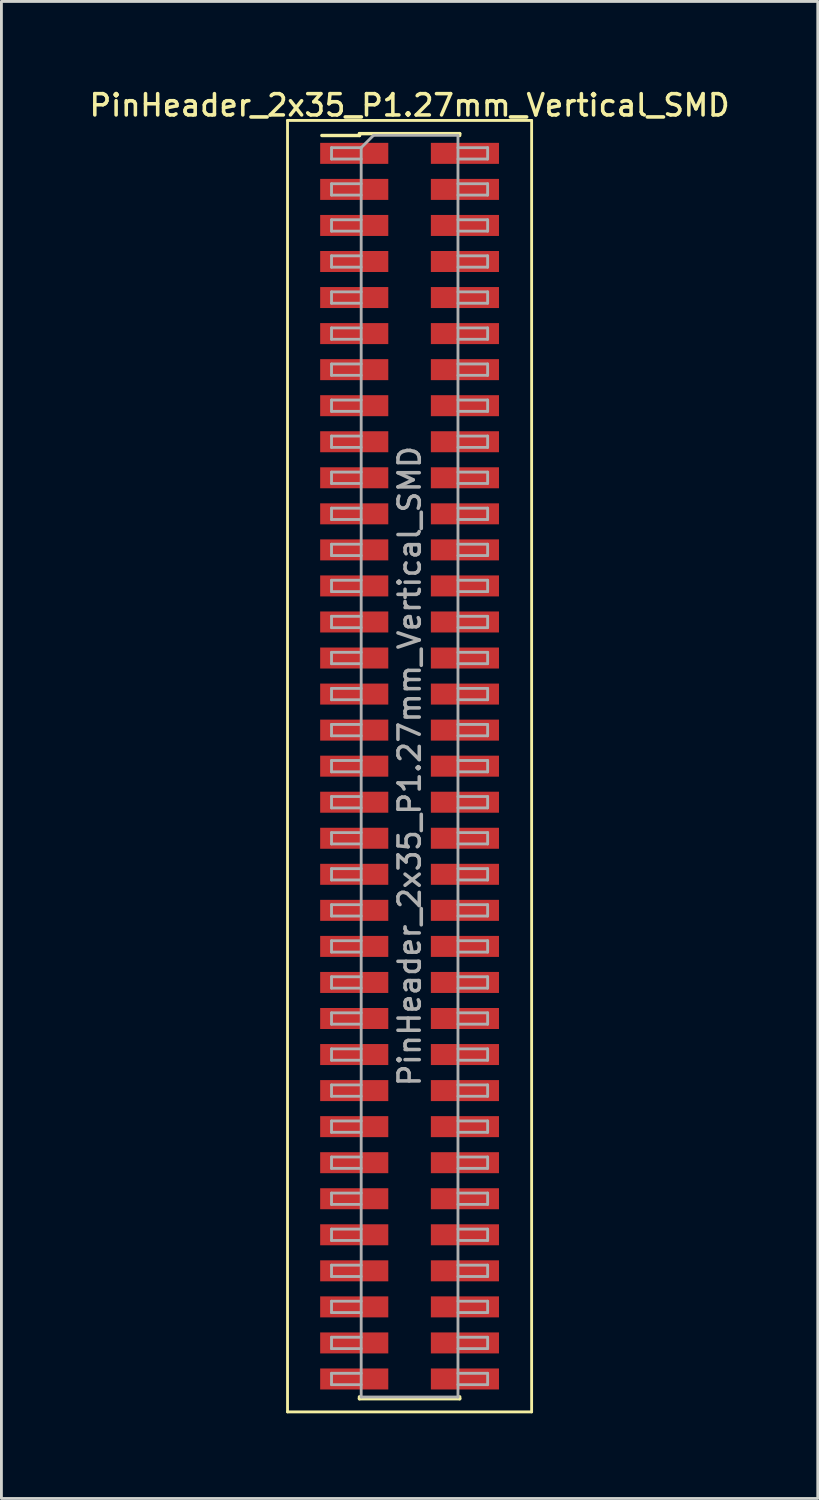
<source format=kicad_pcb>
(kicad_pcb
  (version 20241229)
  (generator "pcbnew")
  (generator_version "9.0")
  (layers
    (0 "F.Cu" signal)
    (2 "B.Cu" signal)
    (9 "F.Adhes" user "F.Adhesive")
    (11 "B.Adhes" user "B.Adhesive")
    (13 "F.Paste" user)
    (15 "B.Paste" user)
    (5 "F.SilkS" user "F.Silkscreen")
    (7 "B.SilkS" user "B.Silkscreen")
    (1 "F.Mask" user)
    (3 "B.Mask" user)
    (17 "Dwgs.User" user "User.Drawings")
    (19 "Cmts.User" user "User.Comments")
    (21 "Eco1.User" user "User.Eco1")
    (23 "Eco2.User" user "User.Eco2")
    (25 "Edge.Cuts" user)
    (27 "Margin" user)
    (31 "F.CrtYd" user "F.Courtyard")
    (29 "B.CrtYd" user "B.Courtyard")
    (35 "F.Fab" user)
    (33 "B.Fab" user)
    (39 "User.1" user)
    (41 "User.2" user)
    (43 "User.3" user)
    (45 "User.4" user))
  (footprint "PinHeader_2x35_P1.27mm_Vertical_SMD"
    (layer "F.Cu")
    (at 11.38 23.943)
    (property "Reference" "PinHeader_2x35_P1.27mm_Vertical_SMD" (at 0 -23.285 0) (layer "F.SilkS") (effects (font (size 0.75 0.75) (thickness 0.125))))
    (attr smd)
    (fp_line (start -4.3 -22.75) (end -4.3 22.75) (stroke (width 0.1) (type solid)) (layer "F.SilkS"))
    (fp_line (start -4.3 22.75) (end 4.3 22.75) (stroke (width 0.1) (type solid)) (layer "F.SilkS"))
    (fp_line (start -3.09 -22.22) (end -1.765 -22.22) (stroke (width 0.12) (type solid)) (layer "F.SilkS"))
    (fp_line (start -1.765 -22.285) (end -1.765 -22.22) (stroke (width 0.12) (type solid)) (layer "F.SilkS"))
    (fp_line (start -1.765 -22.285) (end 1.765 -22.285) (stroke (width 0.12) (type solid)) (layer "F.SilkS"))
    (fp_line (start -1.765 22.22) (end -1.765 22.285) (stroke (width 0.12) (type solid)) (layer "F.SilkS"))
    (fp_line (start -1.765 22.285) (end 1.765 22.285) (stroke (width 0.12) (type solid)) (layer "F.SilkS"))
    (fp_line (start 1.765 -22.285) (end 1.765 -22.22) (stroke (width 0.12) (type solid)) (layer "F.SilkS"))
    (fp_line (start 1.765 22.22) (end 1.765 22.285) (stroke (width 0.12) (type solid)) (layer "F.SilkS"))
    (fp_line (start 4.3 -22.75) (end -4.3 -22.75) (stroke (width 0.1) (type solid)) (layer "F.SilkS"))
    (fp_line (start 4.3 22.75) (end 4.3 -22.75) (stroke (width 0.1) (type solid)) (layer "F.SilkS"))
    (fp_line (start -2.75 -21.79) (end -2.75 -21.39) (stroke (width 0.1) (type solid)) (layer "F.Fab"))
    (fp_line (start -2.75 -21.39) (end -1.705 -21.39) (stroke (width 0.1) (type solid)) (layer "F.Fab"))
    (fp_line (start -2.75 -20.52) (end -2.75 -20.12) (stroke (width 0.1) (type solid)) (layer "F.Fab"))
    (fp_line (start -2.75 -20.12) (end -1.705 -20.12) (stroke (width 0.1) (type solid)) (layer "F.Fab"))
    (fp_line (start -2.75 -19.25) (end -2.75 -18.85) (stroke (width 0.1) (type solid)) (layer "F.Fab"))
    (fp_line (start -2.75 -18.85) (end -1.705 -18.85) (stroke (width 0.1) (type solid)) (layer "F.Fab"))
    (fp_line (start -2.75 -17.98) (end -2.75 -17.58) (stroke (width 0.1) (type solid)) (layer "F.Fab"))
    (fp_line (start -2.75 -17.58) (end -1.705 -17.58) (stroke (width 0.1) (type solid)) (layer "F.Fab"))
    (fp_line (start -2.75 -16.71) (end -2.75 -16.31) (stroke (width 0.1) (type solid)) (layer "F.Fab"))
    (fp_line (start -2.75 -16.31) (end -1.705 -16.31) (stroke (width 0.1) (type solid)) (layer "F.Fab"))
    (fp_line (start -2.75 -15.44) (end -2.75 -15.04) (stroke (width 0.1) (type solid)) (layer "F.Fab"))
    (fp_line (start -2.75 -15.04) (end -1.705 -15.04) (stroke (width 0.1) (type solid)) (layer "F.Fab"))
    (fp_line (start -2.75 -14.17) (end -2.75 -13.77) (stroke (width 0.1) (type solid)) (layer "F.Fab"))
    (fp_line (start -2.75 -13.77) (end -1.705 -13.77) (stroke (width 0.1) (type solid)) (layer "F.Fab"))
    (fp_line (start -2.75 -12.9) (end -2.75 -12.5) (stroke (width 0.1) (type solid)) (layer "F.Fab"))
    (fp_line (start -2.75 -12.5) (end -1.705 -12.5) (stroke (width 0.1) (type solid)) (layer "F.Fab"))
    (fp_line (start -2.75 -11.63) (end -2.75 -11.23) (stroke (width 0.1) (type solid)) (layer "F.Fab"))
    (fp_line (start -2.75 -11.23) (end -1.705 -11.23) (stroke (width 0.1) (type solid)) (layer "F.Fab"))
    (fp_line (start -2.75 -10.36) (end -2.75 -9.96) (stroke (width 0.1) (type solid)) (layer "F.Fab"))
    (fp_line (start -2.75 -9.96) (end -1.705 -9.96) (stroke (width 0.1) (type solid)) (layer "F.Fab"))
    (fp_line (start -2.75 -9.09) (end -2.75 -8.69) (stroke (width 0.1) (type solid)) (layer "F.Fab"))
    (fp_line (start -2.75 -8.69) (end -1.705 -8.69) (stroke (width 0.1) (type solid)) (layer "F.Fab"))
    (fp_line (start -2.75 -7.82) (end -2.75 -7.42) (stroke (width 0.1) (type solid)) (layer "F.Fab"))
    (fp_line (start -2.75 -7.42) (end -1.705 -7.42) (stroke (width 0.1) (type solid)) (layer "F.Fab"))
    (fp_line (start -2.75 -6.55) (end -2.75 -6.15) (stroke (width 0.1) (type solid)) (layer "F.Fab"))
    (fp_line (start -2.75 -6.15) (end -1.705 -6.15) (stroke (width 0.1) (type solid)) (layer "F.Fab"))
    (fp_line (start -2.75 -5.28) (end -2.75 -4.88) (stroke (width 0.1) (type solid)) (layer "F.Fab"))
    (fp_line (start -2.75 -4.88) (end -1.705 -4.88) (stroke (width 0.1) (type solid)) (layer "F.Fab"))
    (fp_line (start -2.75 -4.01) (end -2.75 -3.61) (stroke (width 0.1) (type solid)) (layer "F.Fab"))
    (fp_line (start -2.75 -3.61) (end -1.705 -3.61) (stroke (width 0.1) (type solid)) (layer "F.Fab"))
    (fp_line (start -2.75 -2.74) (end -2.75 -2.34) (stroke (width 0.1) (type solid)) (layer "F.Fab"))
    (fp_line (start -2.75 -2.34) (end -1.705 -2.34) (stroke (width 0.1) (type solid)) (layer "F.Fab"))
    (fp_line (start -2.75 -1.47) (end -2.75 -1.07) (stroke (width 0.1) (type solid)) (layer "F.Fab"))
    (fp_line (start -2.75 -1.07) (end -1.705 -1.07) (stroke (width 0.1) (type solid)) (layer "F.Fab"))
    (fp_line (start -2.75 -0.2) (end -2.75 0.2) (stroke (width 0.1) (type solid)) (layer "F.Fab"))
    (fp_line (start -2.75 0.2) (end -1.705 0.2) (stroke (width 0.1) (type solid)) (layer "F.Fab"))
    (fp_line (start -2.75 1.07) (end -2.75 1.47) (stroke (width 0.1) (type solid)) (layer "F.Fab"))
    (fp_line (start -2.75 1.47) (end -1.705 1.47) (stroke (width 0.1) (type solid)) (layer "F.Fab"))
    (fp_line (start -2.75 2.34) (end -2.75 2.74) (stroke (width 0.1) (type solid)) (layer "F.Fab"))
    (fp_line (start -2.75 2.74) (end -1.705 2.74) (stroke (width 0.1) (type solid)) (layer "F.Fab"))
    (fp_line (start -2.75 3.61) (end -2.75 4.01) (stroke (width 0.1) (type solid)) (layer "F.Fab"))
    (fp_line (start -2.75 4.01) (end -1.705 4.01) (stroke (width 0.1) (type solid)) (layer "F.Fab"))
    (fp_line (start -2.75 4.88) (end -2.75 5.28) (stroke (width 0.1) (type solid)) (layer "F.Fab"))
    (fp_line (start -2.75 5.28) (end -1.705 5.28) (stroke (width 0.1) (type solid)) (layer "F.Fab"))
    (fp_line (start -2.75 6.15) (end -2.75 6.55) (stroke (width 0.1) (type solid)) (layer "F.Fab"))
    (fp_line (start -2.75 6.55) (end -1.705 6.55) (stroke (width 0.1) (type solid)) (layer "F.Fab"))
    (fp_line (start -2.75 7.42) (end -2.75 7.82) (stroke (width 0.1) (type solid)) (layer "F.Fab"))
    (fp_line (start -2.75 7.82) (end -1.705 7.82) (stroke (width 0.1) (type solid)) (layer "F.Fab"))
    (fp_line (start -2.75 8.69) (end -2.75 9.09) (stroke (width 0.1) (type solid)) (layer "F.Fab"))
    (fp_line (start -2.75 9.09) (end -1.705 9.09) (stroke (width 0.1) (type solid)) (layer "F.Fab"))
    (fp_line (start -2.75 9.96) (end -2.75 10.36) (stroke (width 0.1) (type solid)) (layer "F.Fab"))
    (fp_line (start -2.75 10.36) (end -1.705 10.36) (stroke (width 0.1) (type solid)) (layer "F.Fab"))
    (fp_line (start -2.75 11.23) (end -2.75 11.63) (stroke (width 0.1) (type solid)) (layer "F.Fab"))
    (fp_line (start -2.75 11.63) (end -1.705 11.63) (stroke (width 0.1) (type solid)) (layer "F.Fab"))
    (fp_line (start -2.75 12.5) (end -2.75 12.9) (stroke (width 0.1) (type solid)) (layer "F.Fab"))
    (fp_line (start -2.75 12.9) (end -1.705 12.9) (stroke (width 0.1) (type solid)) (layer "F.Fab"))
    (fp_line (start -2.75 13.77) (end -2.75 14.17) (stroke (width 0.1) (type solid)) (layer "F.Fab"))
    (fp_line (start -2.75 14.17) (end -1.705 14.17) (stroke (width 0.1) (type solid)) (layer "F.Fab"))
    (fp_line (start -2.75 15.04) (end -2.75 15.44) (stroke (width 0.1) (type solid)) (layer "F.Fab"))
    (fp_line (start -2.75 15.44) (end -1.705 15.44) (stroke (width 0.1) (type solid)) (layer "F.Fab"))
    (fp_line (start -2.75 16.31) (end -2.75 16.71) (stroke (width 0.1) (type solid)) (layer "F.Fab"))
    (fp_line (start -2.75 16.71) (end -1.705 16.71) (stroke (width 0.1) (type solid)) (layer "F.Fab"))
    (fp_line (start -2.75 17.58) (end -2.75 17.98) (stroke (width 0.1) (type solid)) (layer "F.Fab"))
    (fp_line (start -2.75 17.98) (end -1.705 17.98) (stroke (width 0.1) (type solid)) (layer "F.Fab"))
    (fp_line (start -2.75 18.85) (end -2.75 19.25) (stroke (width 0.1) (type solid)) (layer "F.Fab"))
    (fp_line (start -2.75 19.25) (end -1.705 19.25) (stroke (width 0.1) (type solid)) (layer "F.Fab"))
    (fp_line (start -2.75 20.12) (end -2.75 20.52) (stroke (width 0.1) (type solid)) (layer "F.Fab"))
    (fp_line (start -2.75 20.52) (end -1.705 20.52) (stroke (width 0.1) (type solid)) (layer "F.Fab"))
    (fp_line (start -2.75 21.39) (end -2.75 21.79) (stroke (width 0.1) (type solid)) (layer "F.Fab"))
    (fp_line (start -2.75 21.79) (end -1.705 21.79) (stroke (width 0.1) (type solid)) (layer "F.Fab"))
    (fp_line (start -1.705 -21.79) (end -2.75 -21.79) (stroke (width 0.1) (type solid)) (layer "F.Fab"))
    (fp_line (start -1.705 -21.79) (end -1.27 -22.225) (stroke (width 0.1) (type solid)) (layer "F.Fab"))
    (fp_line (start -1.705 -20.52) (end -2.75 -20.52) (stroke (width 0.1) (type solid)) (layer "F.Fab"))
    (fp_line (start -1.705 -19.25) (end -2.75 -19.25) (stroke (width 0.1) (type solid)) (layer "F.Fab"))
    (fp_line (start -1.705 -17.98) (end -2.75 -17.98) (stroke (width 0.1) (type solid)) (layer "F.Fab"))
    (fp_line (start -1.705 -16.71) (end -2.75 -16.71) (stroke (width 0.1) (type solid)) (layer "F.Fab"))
    (fp_line (start -1.705 -15.44) (end -2.75 -15.44) (stroke (width 0.1) (type solid)) (layer "F.Fab"))
    (fp_line (start -1.705 -14.17) (end -2.75 -14.17) (stroke (width 0.1) (type solid)) (layer "F.Fab"))
    (fp_line (start -1.705 -12.9) (end -2.75 -12.9) (stroke (width 0.1) (type solid)) (layer "F.Fab"))
    (fp_line (start -1.705 -11.63) (end -2.75 -11.63) (stroke (width 0.1) (type solid)) (layer "F.Fab"))
    (fp_line (start -1.705 -10.36) (end -2.75 -10.36) (stroke (width 0.1) (type solid)) (layer "F.Fab"))
    (fp_line (start -1.705 -9.09) (end -2.75 -9.09) (stroke (width 0.1) (type solid)) (layer "F.Fab"))
    (fp_line (start -1.705 -7.82) (end -2.75 -7.82) (stroke (width 0.1) (type solid)) (layer "F.Fab"))
    (fp_line (start -1.705 -6.55) (end -2.75 -6.55) (stroke (width 0.1) (type solid)) (layer "F.Fab"))
    (fp_line (start -1.705 -5.28) (end -2.75 -5.28) (stroke (width 0.1) (type solid)) (layer "F.Fab"))
    (fp_line (start -1.705 -4.01) (end -2.75 -4.01) (stroke (width 0.1) (type solid)) (layer "F.Fab"))
    (fp_line (start -1.705 -2.74) (end -2.75 -2.74) (stroke (width 0.1) (type solid)) (layer "F.Fab"))
    (fp_line (start -1.705 -1.47) (end -2.75 -1.47) (stroke (width 0.1) (type solid)) (layer "F.Fab"))
    (fp_line (start -1.705 -0.2) (end -2.75 -0.2) (stroke (width 0.1) (type solid)) (layer "F.Fab"))
    (fp_line (start -1.705 1.07) (end -2.75 1.07) (stroke (width 0.1) (type solid)) (layer "F.Fab"))
    (fp_line (start -1.705 2.34) (end -2.75 2.34) (stroke (width 0.1) (type solid)) (layer "F.Fab"))
    (fp_line (start -1.705 3.61) (end -2.75 3.61) (stroke (width 0.1) (type solid)) (layer "F.Fab"))
    (fp_line (start -1.705 4.88) (end -2.75 4.88) (stroke (width 0.1) (type solid)) (layer "F.Fab"))
    (fp_line (start -1.705 6.15) (end -2.75 6.15) (stroke (width 0.1) (type solid)) (layer "F.Fab"))
    (fp_line (start -1.705 7.42) (end -2.75 7.42) (stroke (width 0.1) (type solid)) (layer "F.Fab"))
    (fp_line (start -1.705 8.69) (end -2.75 8.69) (stroke (width 0.1) (type solid)) (layer "F.Fab"))
    (fp_line (start -1.705 9.96) (end -2.75 9.96) (stroke (width 0.1) (type solid)) (layer "F.Fab"))
    (fp_line (start -1.705 11.23) (end -2.75 11.23) (stroke (width 0.1) (type solid)) (layer "F.Fab"))
    (fp_line (start -1.705 12.5) (end -2.75 12.5) (stroke (width 0.1) (type solid)) (layer "F.Fab"))
    (fp_line (start -1.705 13.77) (end -2.75 13.77) (stroke (width 0.1) (type solid)) (layer "F.Fab"))
    (fp_line (start -1.705 15.04) (end -2.75 15.04) (stroke (width 0.1) (type solid)) (layer "F.Fab"))
    (fp_line (start -1.705 16.31) (end -2.75 16.31) (stroke (width 0.1) (type solid)) (layer "F.Fab"))
    (fp_line (start -1.705 17.58) (end -2.75 17.58) (stroke (width 0.1) (type solid)) (layer "F.Fab"))
    (fp_line (start -1.705 18.85) (end -2.75 18.85) (stroke (width 0.1) (type solid)) (layer "F.Fab"))
    (fp_line (start -1.705 20.12) (end -2.75 20.12) (stroke (width 0.1) (type solid)) (layer "F.Fab"))
    (fp_line (start -1.705 21.39) (end -2.75 21.39) (stroke (width 0.1) (type solid)) (layer "F.Fab"))
    (fp_line (start -1.705 22.225) (end -1.705 -21.79) (stroke (width 0.1) (type solid)) (layer "F.Fab"))
    (fp_line (start -1.27 -22.225) (end 1.705 -22.225) (stroke (width 0.1) (type solid)) (layer "F.Fab"))
    (fp_line (start 1.705 -22.225) (end 1.705 22.225) (stroke (width 0.1) (type solid)) (layer "F.Fab"))
    (fp_line (start 1.705 -21.79) (end 2.75 -21.79) (stroke (width 0.1) (type solid)) (layer "F.Fab"))
    (fp_line (start 1.705 -20.52) (end 2.75 -20.52) (stroke (width 0.1) (type solid)) (layer "F.Fab"))
    (fp_line (start 1.705 -19.25) (end 2.75 -19.25) (stroke (width 0.1) (type solid)) (layer "F.Fab"))
    (fp_line (start 1.705 -17.98) (end 2.75 -17.98) (stroke (width 0.1) (type solid)) (layer "F.Fab"))
    (fp_line (start 1.705 -16.71) (end 2.75 -16.71) (stroke (width 0.1) (type solid)) (layer "F.Fab"))
    (fp_line (start 1.705 -15.44) (end 2.75 -15.44) (stroke (width 0.1) (type solid)) (layer "F.Fab"))
    (fp_line (start 1.705 -14.17) (end 2.75 -14.17) (stroke (width 0.1) (type solid)) (layer "F.Fab"))
    (fp_line (start 1.705 -12.9) (end 2.75 -12.9) (stroke (width 0.1) (type solid)) (layer "F.Fab"))
    (fp_line (start 1.705 -11.63) (end 2.75 -11.63) (stroke (width 0.1) (type solid)) (layer "F.Fab"))
    (fp_line (start 1.705 -10.36) (end 2.75 -10.36) (stroke (width 0.1) (type solid)) (layer "F.Fab"))
    (fp_line (start 1.705 -9.09) (end 2.75 -9.09) (stroke (width 0.1) (type solid)) (layer "F.Fab"))
    (fp_line (start 1.705 -7.82) (end 2.75 -7.82) (stroke (width 0.1) (type solid)) (layer "F.Fab"))
    (fp_line (start 1.705 -6.55) (end 2.75 -6.55) (stroke (width 0.1) (type solid)) (layer "F.Fab"))
    (fp_line (start 1.705 -5.28) (end 2.75 -5.28) (stroke (width 0.1) (type solid)) (layer "F.Fab"))
    (fp_line (start 1.705 -4.01) (end 2.75 -4.01) (stroke (width 0.1) (type solid)) (layer "F.Fab"))
    (fp_line (start 1.705 -2.74) (end 2.75 -2.74) (stroke (width 0.1) (type solid)) (layer "F.Fab"))
    (fp_line (start 1.705 -1.47) (end 2.75 -1.47) (stroke (width 0.1) (type solid)) (layer "F.Fab"))
    (fp_line (start 1.705 -0.2) (end 2.75 -0.2) (stroke (width 0.1) (type solid)) (layer "F.Fab"))
    (fp_line (start 1.705 1.07) (end 2.75 1.07) (stroke (width 0.1) (type solid)) (layer "F.Fab"))
    (fp_line (start 1.705 2.34) (end 2.75 2.34) (stroke (width 0.1) (type solid)) (layer "F.Fab"))
    (fp_line (start 1.705 3.61) (end 2.75 3.61) (stroke (width 0.1) (type solid)) (layer "F.Fab"))
    (fp_line (start 1.705 4.88) (end 2.75 4.88) (stroke (width 0.1) (type solid)) (layer "F.Fab"))
    (fp_line (start 1.705 6.15) (end 2.75 6.15) (stroke (width 0.1) (type solid)) (layer "F.Fab"))
    (fp_line (start 1.705 7.42) (end 2.75 7.42) (stroke (width 0.1) (type solid)) (layer "F.Fab"))
    (fp_line (start 1.705 8.69) (end 2.75 8.69) (stroke (width 0.1) (type solid)) (layer "F.Fab"))
    (fp_line (start 1.705 9.96) (end 2.75 9.96) (stroke (width 0.1) (type solid)) (layer "F.Fab"))
    (fp_line (start 1.705 11.23) (end 2.75 11.23) (stroke (width 0.1) (type solid)) (layer "F.Fab"))
    (fp_line (start 1.705 12.5) (end 2.75 12.5) (stroke (width 0.1) (type solid)) (layer "F.Fab"))
    (fp_line (start 1.705 13.77) (end 2.75 13.77) (stroke (width 0.1) (type solid)) (layer "F.Fab"))
    (fp_line (start 1.705 15.04) (end 2.75 15.04) (stroke (width 0.1) (type solid)) (layer "F.Fab"))
    (fp_line (start 1.705 16.31) (end 2.75 16.31) (stroke (width 0.1) (type solid)) (layer "F.Fab"))
    (fp_line (start 1.705 17.58) (end 2.75 17.58) (stroke (width 0.1) (type solid)) (layer "F.Fab"))
    (fp_line (start 1.705 18.85) (end 2.75 18.85) (stroke (width 0.1) (type solid)) (layer "F.Fab"))
    (fp_line (start 1.705 20.12) (end 2.75 20.12) (stroke (width 0.1) (type solid)) (layer "F.Fab"))
    (fp_line (start 1.705 21.39) (end 2.75 21.39) (stroke (width 0.1) (type solid)) (layer "F.Fab"))
    (fp_line (start 1.705 22.225) (end -1.705 22.225) (stroke (width 0.1) (type solid)) (layer "F.Fab"))
    (fp_line (start 2.75 -21.79) (end 2.75 -21.39) (stroke (width 0.1) (type solid)) (layer "F.Fab"))
    (fp_line (start 2.75 -21.39) (end 1.705 -21.39) (stroke (width 0.1) (type solid)) (layer "F.Fab"))
    (fp_line (start 2.75 -20.52) (end 2.75 -20.12) (stroke (width 0.1) (type solid)) (layer "F.Fab"))
    (fp_line (start 2.75 -20.12) (end 1.705 -20.12) (stroke (width 0.1) (type solid)) (layer "F.Fab"))
    (fp_line (start 2.75 -19.25) (end 2.75 -18.85) (stroke (width 0.1) (type solid)) (layer "F.Fab"))
    (fp_line (start 2.75 -18.85) (end 1.705 -18.85) (stroke (width 0.1) (type solid)) (layer "F.Fab"))
    (fp_line (start 2.75 -17.98) (end 2.75 -17.58) (stroke (width 0.1) (type solid)) (layer "F.Fab"))
    (fp_line (start 2.75 -17.58) (end 1.705 -17.58) (stroke (width 0.1) (type solid)) (layer "F.Fab"))
    (fp_line (start 2.75 -16.71) (end 2.75 -16.31) (stroke (width 0.1) (type solid)) (layer "F.Fab"))
    (fp_line (start 2.75 -16.31) (end 1.705 -16.31) (stroke (width 0.1) (type solid)) (layer "F.Fab"))
    (fp_line (start 2.75 -15.44) (end 2.75 -15.04) (stroke (width 0.1) (type solid)) (layer "F.Fab"))
    (fp_line (start 2.75 -15.04) (end 1.705 -15.04) (stroke (width 0.1) (type solid)) (layer "F.Fab"))
    (fp_line (start 2.75 -14.17) (end 2.75 -13.77) (stroke (width 0.1) (type solid)) (layer "F.Fab"))
    (fp_line (start 2.75 -13.77) (end 1.705 -13.77) (stroke (width 0.1) (type solid)) (layer "F.Fab"))
    (fp_line (start 2.75 -12.9) (end 2.75 -12.5) (stroke (width 0.1) (type solid)) (layer "F.Fab"))
    (fp_line (start 2.75 -12.5) (end 1.705 -12.5) (stroke (width 0.1) (type solid)) (layer "F.Fab"))
    (fp_line (start 2.75 -11.63) (end 2.75 -11.23) (stroke (width 0.1) (type solid)) (layer "F.Fab"))
    (fp_line (start 2.75 -11.23) (end 1.705 -11.23) (stroke (width 0.1) (type solid)) (layer "F.Fab"))
    (fp_line (start 2.75 -10.36) (end 2.75 -9.96) (stroke (width 0.1) (type solid)) (layer "F.Fab"))
    (fp_line (start 2.75 -9.96) (end 1.705 -9.96) (stroke (width 0.1) (type solid)) (layer "F.Fab"))
    (fp_line (start 2.75 -9.09) (end 2.75 -8.69) (stroke (width 0.1) (type solid)) (layer "F.Fab"))
    (fp_line (start 2.75 -8.69) (end 1.705 -8.69) (stroke (width 0.1) (type solid)) (layer "F.Fab"))
    (fp_line (start 2.75 -7.82) (end 2.75 -7.42) (stroke (width 0.1) (type solid)) (layer "F.Fab"))
    (fp_line (start 2.75 -7.42) (end 1.705 -7.42) (stroke (width 0.1) (type solid)) (layer "F.Fab"))
    (fp_line (start 2.75 -6.55) (end 2.75 -6.15) (stroke (width 0.1) (type solid)) (layer "F.Fab"))
    (fp_line (start 2.75 -6.15) (end 1.705 -6.15) (stroke (width 0.1) (type solid)) (layer "F.Fab"))
    (fp_line (start 2.75 -5.28) (end 2.75 -4.88) (stroke (width 0.1) (type solid)) (layer "F.Fab"))
    (fp_line (start 2.75 -4.88) (end 1.705 -4.88) (stroke (width 0.1) (type solid)) (layer "F.Fab"))
    (fp_line (start 2.75 -4.01) (end 2.75 -3.61) (stroke (width 0.1) (type solid)) (layer "F.Fab"))
    (fp_line (start 2.75 -3.61) (end 1.705 -3.61) (stroke (width 0.1) (type solid)) (layer "F.Fab"))
    (fp_line (start 2.75 -2.74) (end 2.75 -2.34) (stroke (width 0.1) (type solid)) (layer "F.Fab"))
    (fp_line (start 2.75 -2.34) (end 1.705 -2.34) (stroke (width 0.1) (type solid)) (layer "F.Fab"))
    (fp_line (start 2.75 -1.47) (end 2.75 -1.07) (stroke (width 0.1) (type solid)) (layer "F.Fab"))
    (fp_line (start 2.75 -1.07) (end 1.705 -1.07) (stroke (width 0.1) (type solid)) (layer "F.Fab"))
    (fp_line (start 2.75 -0.2) (end 2.75 0.2) (stroke (width 0.1) (type solid)) (layer "F.Fab"))
    (fp_line (start 2.75 0.2) (end 1.705 0.2) (stroke (width 0.1) (type solid)) (layer "F.Fab"))
    (fp_line (start 2.75 1.07) (end 2.75 1.47) (stroke (width 0.1) (type solid)) (layer "F.Fab"))
    (fp_line (start 2.75 1.47) (end 1.705 1.47) (stroke (width 0.1) (type solid)) (layer "F.Fab"))
    (fp_line (start 2.75 2.34) (end 2.75 2.74) (stroke (width 0.1) (type solid)) (layer "F.Fab"))
    (fp_line (start 2.75 2.74) (end 1.705 2.74) (stroke (width 0.1) (type solid)) (layer "F.Fab"))
    (fp_line (start 2.75 3.61) (end 2.75 4.01) (stroke (width 0.1) (type solid)) (layer "F.Fab"))
    (fp_line (start 2.75 4.01) (end 1.705 4.01) (stroke (width 0.1) (type solid)) (layer "F.Fab"))
    (fp_line (start 2.75 4.88) (end 2.75 5.28) (stroke (width 0.1) (type solid)) (layer "F.Fab"))
    (fp_line (start 2.75 5.28) (end 1.705 5.28) (stroke (width 0.1) (type solid)) (layer "F.Fab"))
    (fp_line (start 2.75 6.15) (end 2.75 6.55) (stroke (width 0.1) (type solid)) (layer "F.Fab"))
    (fp_line (start 2.75 6.55) (end 1.705 6.55) (stroke (width 0.1) (type solid)) (layer "F.Fab"))
    (fp_line (start 2.75 7.42) (end 2.75 7.82) (stroke (width 0.1) (type solid)) (layer "F.Fab"))
    (fp_line (start 2.75 7.82) (end 1.705 7.82) (stroke (width 0.1) (type solid)) (layer "F.Fab"))
    (fp_line (start 2.75 8.69) (end 2.75 9.09) (stroke (width 0.1) (type solid)) (layer "F.Fab"))
    (fp_line (start 2.75 9.09) (end 1.705 9.09) (stroke (width 0.1) (type solid)) (layer "F.Fab"))
    (fp_line (start 2.75 9.96) (end 2.75 10.36) (stroke (width 0.1) (type solid)) (layer "F.Fab"))
    (fp_line (start 2.75 10.36) (end 1.705 10.36) (stroke (width 0.1) (type solid)) (layer "F.Fab"))
    (fp_line (start 2.75 11.23) (end 2.75 11.63) (stroke (width 0.1) (type solid)) (layer "F.Fab"))
    (fp_line (start 2.75 11.63) (end 1.705 11.63) (stroke (width 0.1) (type solid)) (layer "F.Fab"))
    (fp_line (start 2.75 12.5) (end 2.75 12.9) (stroke (width 0.1) (type solid)) (layer "F.Fab"))
    (fp_line (start 2.75 12.9) (end 1.705 12.9) (stroke (width 0.1) (type solid)) (layer "F.Fab"))
    (fp_line (start 2.75 13.77) (end 2.75 14.17) (stroke (width 0.1) (type solid)) (layer "F.Fab"))
    (fp_line (start 2.75 14.17) (end 1.705 14.17) (stroke (width 0.1) (type solid)) (layer "F.Fab"))
    (fp_line (start 2.75 15.04) (end 2.75 15.44) (stroke (width 0.1) (type solid)) (layer "F.Fab"))
    (fp_line (start 2.75 15.44) (end 1.705 15.44) (stroke (width 0.1) (type solid)) (layer "F.Fab"))
    (fp_line (start 2.75 16.31) (end 2.75 16.71) (stroke (width 0.1) (type solid)) (layer "F.Fab"))
    (fp_line (start 2.75 16.71) (end 1.705 16.71) (stroke (width 0.1) (type solid)) (layer "F.Fab"))
    (fp_line (start 2.75 17.58) (end 2.75 17.98) (stroke (width 0.1) (type solid)) (layer "F.Fab"))
    (fp_line (start 2.75 17.98) (end 1.705 17.98) (stroke (width 0.1) (type solid)) (layer "F.Fab"))
    (fp_line (start 2.75 18.85) (end 2.75 19.25) (stroke (width 0.1) (type solid)) (layer "F.Fab"))
    (fp_line (start 2.75 19.25) (end 1.705 19.25) (stroke (width 0.1) (type solid)) (layer "F.Fab"))
    (fp_line (start 2.75 20.12) (end 2.75 20.52) (stroke (width 0.1) (type solid)) (layer "F.Fab"))
    (fp_line (start 2.75 20.52) (end 1.705 20.52) (stroke (width 0.1) (type solid)) (layer "F.Fab"))
    (fp_line (start 2.75 21.39) (end 2.75 21.79) (stroke (width 0.1) (type solid)) (layer "F.Fab"))
    (fp_line (start 2.75 21.79) (end 1.705 21.79) (stroke (width 0.1) (type solid)) (layer "F.Fab"))
    (fp_text user "${REFERENCE}" (at 0 0 90) (layer "F.Fab") (effects (font (size 0.75 0.75) (thickness 0.125))))
    (pad "1" smd rect (at -1.95 -21.59) (size 2.4 0.74) (layers "F.Cu" "F.Mask" "F.Paste"))
    (pad "2" smd rect (at 1.95 -21.59) (size 2.4 0.74) (layers "F.Cu" "F.Mask" "F.Paste"))
    (pad "3" smd rect (at -1.95 -20.32) (size 2.4 0.74) (layers "F.Cu" "F.Mask" "F.Paste"))
    (pad "4" smd rect (at 1.95 -20.32) (size 2.4 0.74) (layers "F.Cu" "F.Mask" "F.Paste"))
    (pad "5" smd rect (at -1.95 -19.05) (size 2.4 0.74) (layers "F.Cu" "F.Mask" "F.Paste"))
    (pad "6" smd rect (at 1.95 -19.05) (size 2.4 0.74) (layers "F.Cu" "F.Mask" "F.Paste"))
    (pad "7" smd rect (at -1.95 -17.78) (size 2.4 0.74) (layers "F.Cu" "F.Mask" "F.Paste"))
    (pad "8" smd rect (at 1.95 -17.78) (size 2.4 0.74) (layers "F.Cu" "F.Mask" "F.Paste"))
    (pad "9" smd rect (at -1.95 -16.51) (size 2.4 0.74) (layers "F.Cu" "F.Mask" "F.Paste"))
    (pad "10" smd rect (at 1.95 -16.51) (size 2.4 0.74) (layers "F.Cu" "F.Mask" "F.Paste"))
    (pad "11" smd rect (at -1.95 -15.24) (size 2.4 0.74) (layers "F.Cu" "F.Mask" "F.Paste"))
    (pad "12" smd rect (at 1.95 -15.24) (size 2.4 0.74) (layers "F.Cu" "F.Mask" "F.Paste"))
    (pad "13" smd rect (at -1.95 -13.97) (size 2.4 0.74) (layers "F.Cu" "F.Mask" "F.Paste"))
    (pad "14" smd rect (at 1.95 -13.97) (size 2.4 0.74) (layers "F.Cu" "F.Mask" "F.Paste"))
    (pad "15" smd rect (at -1.95 -12.7) (size 2.4 0.74) (layers "F.Cu" "F.Mask" "F.Paste"))
    (pad "16" smd rect (at 1.95 -12.7) (size 2.4 0.74) (layers "F.Cu" "F.Mask" "F.Paste"))
    (pad "17" smd rect (at -1.95 -11.43) (size 2.4 0.74) (layers "F.Cu" "F.Mask" "F.Paste"))
    (pad "18" smd rect (at 1.95 -11.43) (size 2.4 0.74) (layers "F.Cu" "F.Mask" "F.Paste"))
    (pad "19" smd rect (at -1.95 -10.16) (size 2.4 0.74) (layers "F.Cu" "F.Mask" "F.Paste"))
    (pad "20" smd rect (at 1.95 -10.16) (size 2.4 0.74) (layers "F.Cu" "F.Mask" "F.Paste"))
    (pad "21" smd rect (at -1.95 -8.89) (size 2.4 0.74) (layers "F.Cu" "F.Mask" "F.Paste"))
    (pad "22" smd rect (at 1.95 -8.89) (size 2.4 0.74) (layers "F.Cu" "F.Mask" "F.Paste"))
    (pad "23" smd rect (at -1.95 -7.62) (size 2.4 0.74) (layers "F.Cu" "F.Mask" "F.Paste"))
    (pad "24" smd rect (at 1.95 -7.62) (size 2.4 0.74) (layers "F.Cu" "F.Mask" "F.Paste"))
    (pad "25" smd rect (at -1.95 -6.35) (size 2.4 0.74) (layers "F.Cu" "F.Mask" "F.Paste"))
    (pad "26" smd rect (at 1.95 -6.35) (size 2.4 0.74) (layers "F.Cu" "F.Mask" "F.Paste"))
    (pad "27" smd rect (at -1.95 -5.08) (size 2.4 0.74) (layers "F.Cu" "F.Mask" "F.Paste"))
    (pad "28" smd rect (at 1.95 -5.08) (size 2.4 0.74) (layers "F.Cu" "F.Mask" "F.Paste"))
    (pad "29" smd rect (at -1.95 -3.81) (size 2.4 0.74) (layers "F.Cu" "F.Mask" "F.Paste"))
    (pad "30" smd rect (at 1.95 -3.81) (size 2.4 0.74) (layers "F.Cu" "F.Mask" "F.Paste"))
    (pad "31" smd rect (at -1.95 -2.54) (size 2.4 0.74) (layers "F.Cu" "F.Mask" "F.Paste"))
    (pad "32" smd rect (at 1.95 -2.54) (size 2.4 0.74) (layers "F.Cu" "F.Mask" "F.Paste"))
    (pad "33" smd rect (at -1.95 -1.27) (size 2.4 0.74) (layers "F.Cu" "F.Mask" "F.Paste"))
    (pad "34" smd rect (at 1.95 -1.27) (size 2.4 0.74) (layers "F.Cu" "F.Mask" "F.Paste"))
    (pad "35" smd rect (at -1.95 0) (size 2.4 0.74) (layers "F.Cu" "F.Mask" "F.Paste"))
    (pad "36" smd rect (at 1.95 0) (size 2.4 0.74) (layers "F.Cu" "F.Mask" "F.Paste"))
    (pad "37" smd rect (at -1.95 1.27) (size 2.4 0.74) (layers "F.Cu" "F.Mask" "F.Paste"))
    (pad "38" smd rect (at 1.95 1.27) (size 2.4 0.74) (layers "F.Cu" "F.Mask" "F.Paste"))
    (pad "39" smd rect (at -1.95 2.54) (size 2.4 0.74) (layers "F.Cu" "F.Mask" "F.Paste"))
    (pad "40" smd rect (at 1.95 2.54) (size 2.4 0.74) (layers "F.Cu" "F.Mask" "F.Paste"))
    (pad "41" smd rect (at -1.95 3.81) (size 2.4 0.74) (layers "F.Cu" "F.Mask" "F.Paste"))
    (pad "42" smd rect (at 1.95 3.81) (size 2.4 0.74) (layers "F.Cu" "F.Mask" "F.Paste"))
    (pad "43" smd rect (at -1.95 5.08) (size 2.4 0.74) (layers "F.Cu" "F.Mask" "F.Paste"))
    (pad "44" smd rect (at 1.95 5.08) (size 2.4 0.74) (layers "F.Cu" "F.Mask" "F.Paste"))
    (pad "45" smd rect (at -1.95 6.35) (size 2.4 0.74) (layers "F.Cu" "F.Mask" "F.Paste"))
    (pad "46" smd rect (at 1.95 6.35) (size 2.4 0.74) (layers "F.Cu" "F.Mask" "F.Paste"))
    (pad "47" smd rect (at -1.95 7.62) (size 2.4 0.74) (layers "F.Cu" "F.Mask" "F.Paste"))
    (pad "48" smd rect (at 1.95 7.62) (size 2.4 0.74) (layers "F.Cu" "F.Mask" "F.Paste"))
    (pad "49" smd rect (at -1.95 8.89) (size 2.4 0.74) (layers "F.Cu" "F.Mask" "F.Paste"))
    (pad "50" smd rect (at 1.95 8.89) (size 2.4 0.74) (layers "F.Cu" "F.Mask" "F.Paste"))
    (pad "51" smd rect (at -1.95 10.16) (size 2.4 0.74) (layers "F.Cu" "F.Mask" "F.Paste"))
    (pad "52" smd rect (at 1.95 10.16) (size 2.4 0.74) (layers "F.Cu" "F.Mask" "F.Paste"))
    (pad "53" smd rect (at -1.95 11.43) (size 2.4 0.74) (layers "F.Cu" "F.Mask" "F.Paste"))
    (pad "54" smd rect (at 1.95 11.43) (size 2.4 0.74) (layers "F.Cu" "F.Mask" "F.Paste"))
    (pad "55" smd rect (at -1.95 12.7) (size 2.4 0.74) (layers "F.Cu" "F.Mask" "F.Paste"))
    (pad "56" smd rect (at 1.95 12.7) (size 2.4 0.74) (layers "F.Cu" "F.Mask" "F.Paste"))
    (pad "57" smd rect (at -1.95 13.97) (size 2.4 0.74) (layers "F.Cu" "F.Mask" "F.Paste"))
    (pad "58" smd rect (at 1.95 13.97) (size 2.4 0.74) (layers "F.Cu" "F.Mask" "F.Paste"))
    (pad "59" smd rect (at -1.95 15.24) (size 2.4 0.74) (layers "F.Cu" "F.Mask" "F.Paste"))
    (pad "60" smd rect (at 1.95 15.24) (size 2.4 0.74) (layers "F.Cu" "F.Mask" "F.Paste"))
    (pad "61" smd rect (at -1.95 16.51) (size 2.4 0.74) (layers "F.Cu" "F.Mask" "F.Paste"))
    (pad "62" smd rect (at 1.95 16.51) (size 2.4 0.74) (layers "F.Cu" "F.Mask" "F.Paste"))
    (pad "63" smd rect (at -1.95 17.78) (size 2.4 0.74) (layers "F.Cu" "F.Mask" "F.Paste"))
    (pad "64" smd rect (at 1.95 17.78) (size 2.4 0.74) (layers "F.Cu" "F.Mask" "F.Paste"))
    (pad "65" smd rect (at -1.95 19.05) (size 2.4 0.74) (layers "F.Cu" "F.Mask" "F.Paste"))
    (pad "66" smd rect (at 1.95 19.05) (size 2.4 0.74) (layers "F.Cu" "F.Mask" "F.Paste"))
    (pad "67" smd rect (at -1.95 20.32) (size 2.4 0.74) (layers "F.Cu" "F.Mask" "F.Paste"))
    (pad "68" smd rect (at 1.95 20.32) (size 2.4 0.74) (layers "F.Cu" "F.Mask" "F.Paste"))
    (pad "69" smd rect (at -1.95 21.59) (size 2.4 0.74) (layers "F.Cu" "F.Mask" "F.Paste"))
    (pad "70" smd rect (at 1.95 21.59) (size 2.4 0.74) (layers "F.Cu" "F.Mask" "F.Paste")))
  (gr_rect
    (start -3 -3)
    (end 25.761 49.743)
    (stroke (width 0.1) (type default))
    (fill no)
    (layer "Edge.Cuts")))
</source>
